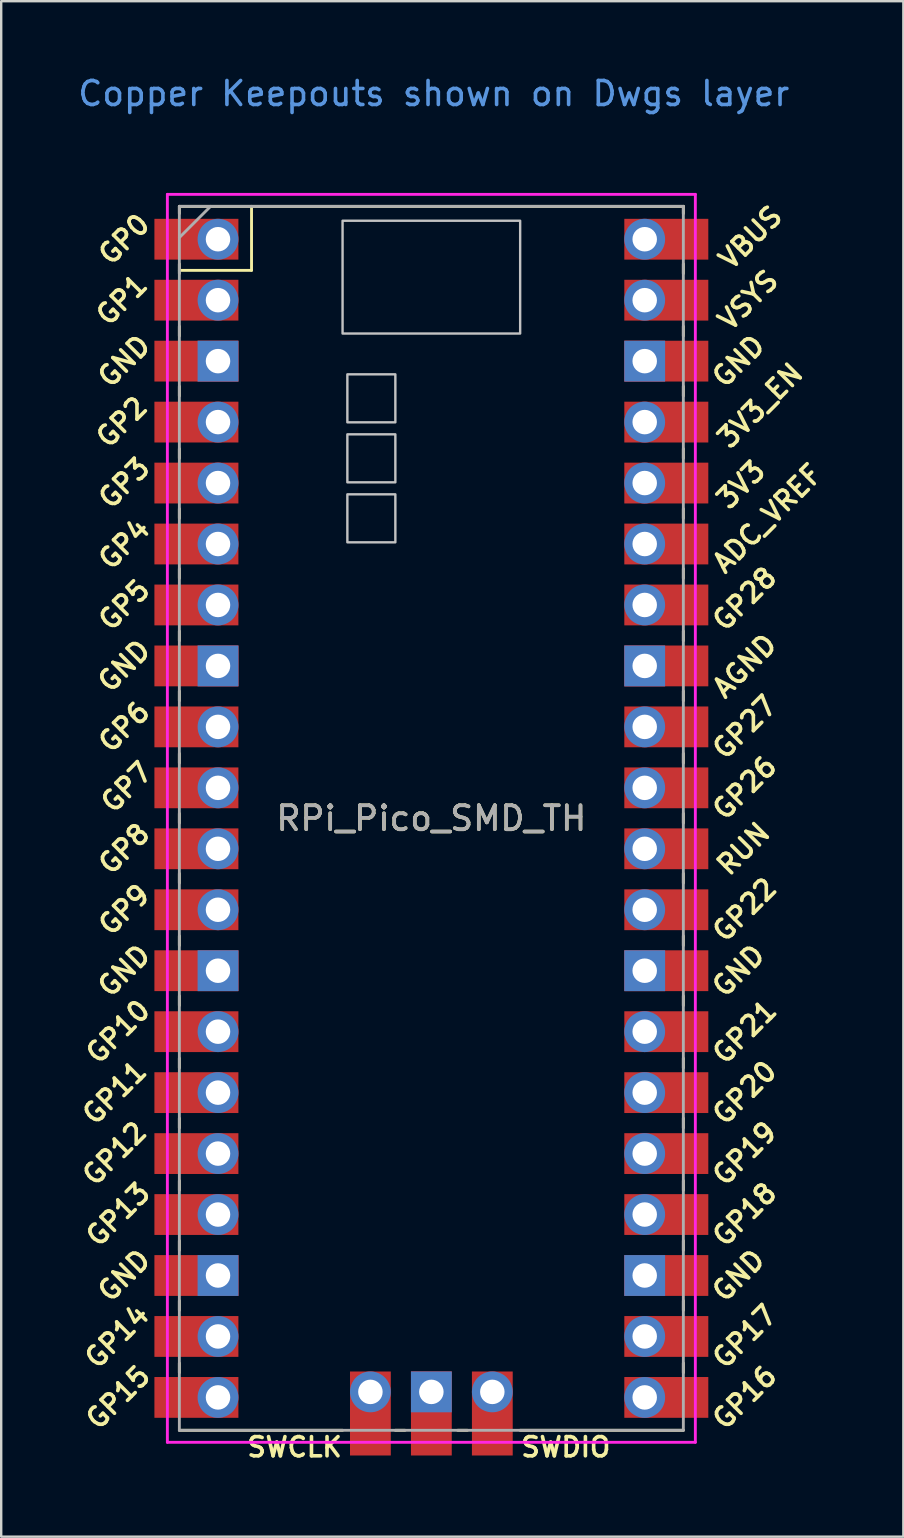
<source format=kicad_pcb>
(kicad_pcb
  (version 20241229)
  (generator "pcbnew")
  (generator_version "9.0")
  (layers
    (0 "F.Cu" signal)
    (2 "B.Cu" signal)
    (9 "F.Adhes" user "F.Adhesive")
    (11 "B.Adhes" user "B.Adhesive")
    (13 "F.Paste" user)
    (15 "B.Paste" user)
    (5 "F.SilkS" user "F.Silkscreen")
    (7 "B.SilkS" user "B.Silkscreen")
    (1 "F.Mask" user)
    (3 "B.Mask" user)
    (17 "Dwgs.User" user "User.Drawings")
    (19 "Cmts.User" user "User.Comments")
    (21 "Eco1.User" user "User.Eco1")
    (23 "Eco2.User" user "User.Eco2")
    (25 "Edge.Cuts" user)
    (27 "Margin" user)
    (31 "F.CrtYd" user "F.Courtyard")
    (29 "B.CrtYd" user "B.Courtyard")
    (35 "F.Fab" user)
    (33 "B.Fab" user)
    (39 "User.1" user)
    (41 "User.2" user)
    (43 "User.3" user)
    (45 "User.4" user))
  (footprint "RPi_Pico_SMD_TH"
    (layer "F.Cu")
    (at 14.924 31.048)
    (property "Reference" "RPi_Pico_SMD_TH" (at 0 0 0) (layer "F.SilkS") (effects (font (size 1 1) (thickness 0.15))))
    (attr through_hole)
    (fp_line (start -10.5 -25.5) (end -10.5 -25.2) (stroke (width 0.12) (type solid)) (layer "F.SilkS"))
    (fp_line (start -10.5 -25.5) (end 10.5 -25.5) (stroke (width 0.12) (type solid)) (layer "F.SilkS"))
    (fp_line (start -10.5 -23.1) (end -10.5 -22.7) (stroke (width 0.12) (type solid)) (layer "F.SilkS"))
    (fp_line (start -10.5 -22.833) (end -7.493 -22.833) (stroke (width 0.12) (type solid)) (layer "F.SilkS"))
    (fp_line (start -10.5 -20.5) (end -10.5 -20.1) (stroke (width 0.12) (type solid)) (layer "F.SilkS"))
    (fp_line (start -10.5 -18) (end -10.5 -17.6) (stroke (width 0.12) (type solid)) (layer "F.SilkS"))
    (fp_line (start -10.5 -15.4) (end -10.5 -15) (stroke (width 0.12) (type solid)) (layer "F.SilkS"))
    (fp_line (start -10.5 -12.9) (end -10.5 -12.5) (stroke (width 0.12) (type solid)) (layer "F.SilkS"))
    (fp_line (start -10.5 -10.4) (end -10.5 -10) (stroke (width 0.12) (type solid)) (layer "F.SilkS"))
    (fp_line (start -10.5 -7.8) (end -10.5 -7.4) (stroke (width 0.12) (type solid)) (layer "F.SilkS"))
    (fp_line (start -10.5 -5.3) (end -10.5 -4.9) (stroke (width 0.12) (type solid)) (layer "F.SilkS"))
    (fp_line (start -10.5 -2.7) (end -10.5 -2.3) (stroke (width 0.12) (type solid)) (layer "F.SilkS"))
    (fp_line (start -10.5 -0.2) (end -10.5 0.2) (stroke (width 0.12) (type solid)) (layer "F.SilkS"))
    (fp_line (start -10.5 2.3) (end -10.5 2.7) (stroke (width 0.12) (type solid)) (layer "F.SilkS"))
    (fp_line (start -10.5 4.9) (end -10.5 5.3) (stroke (width 0.12) (type solid)) (layer "F.SilkS"))
    (fp_line (start -10.5 7.4) (end -10.5 7.8) (stroke (width 0.12) (type solid)) (layer "F.SilkS"))
    (fp_line (start -10.5 10) (end -10.5 10.4) (stroke (width 0.12) (type solid)) (layer "F.SilkS"))
    (fp_line (start -10.5 12.5) (end -10.5 12.9) (stroke (width 0.12) (type solid)) (layer "F.SilkS"))
    (fp_line (start -10.5 15.1) (end -10.5 15.5) (stroke (width 0.12) (type solid)) (layer "F.SilkS"))
    (fp_line (start -10.5 17.6) (end -10.5 18) (stroke (width 0.12) (type solid)) (layer "F.SilkS"))
    (fp_line (start -10.5 20.1) (end -10.5 20.5) (stroke (width 0.12) (type solid)) (layer "F.SilkS"))
    (fp_line (start -10.5 22.7) (end -10.5 23.1) (stroke (width 0.12) (type solid)) (layer "F.SilkS"))
    (fp_line (start -7.493 -22.833) (end -7.493 -25.5) (stroke (width 0.12) (type solid)) (layer "F.SilkS"))
    (fp_line (start -3.7 25.5) (end -10.5 25.5) (stroke (width 0.12) (type solid)) (layer "F.SilkS"))
    (fp_line (start -1.5 25.5) (end -1.1 25.5) (stroke (width 0.12) (type solid)) (layer "F.SilkS"))
    (fp_line (start 1.1 25.5) (end 1.5 25.5) (stroke (width 0.12) (type solid)) (layer "F.SilkS"))
    (fp_line (start 10.5 -25.5) (end 10.5 -25.2) (stroke (width 0.12) (type solid)) (layer "F.SilkS"))
    (fp_line (start 10.5 -23.1) (end 10.5 -22.7) (stroke (width 0.12) (type solid)) (layer "F.SilkS"))
    (fp_line (start 10.5 -20.5) (end 10.5 -20.1) (stroke (width 0.12) (type solid)) (layer "F.SilkS"))
    (fp_line (start 10.5 -18) (end 10.5 -17.6) (stroke (width 0.12) (type solid)) (layer "F.SilkS"))
    (fp_line (start 10.5 -15.4) (end 10.5 -15) (stroke (width 0.12) (type solid)) (layer "F.SilkS"))
    (fp_line (start 10.5 -12.9) (end 10.5 -12.5) (stroke (width 0.12) (type solid)) (layer "F.SilkS"))
    (fp_line (start 10.5 -10.4) (end 10.5 -10) (stroke (width 0.12) (type solid)) (layer "F.SilkS"))
    (fp_line (start 10.5 -7.8) (end 10.5 -7.4) (stroke (width 0.12) (type solid)) (layer "F.SilkS"))
    (fp_line (start 10.5 -5.3) (end 10.5 -4.9) (stroke (width 0.12) (type solid)) (layer "F.SilkS"))
    (fp_line (start 10.5 -2.7) (end 10.5 -2.3) (stroke (width 0.12) (type solid)) (layer "F.SilkS"))
    (fp_line (start 10.5 -0.2) (end 10.5 0.2) (stroke (width 0.12) (type solid)) (layer "F.SilkS"))
    (fp_line (start 10.5 2.3) (end 10.5 2.7) (stroke (width 0.12) (type solid)) (layer "F.SilkS"))
    (fp_line (start 10.5 4.9) (end 10.5 5.3) (stroke (width 0.12) (type solid)) (layer "F.SilkS"))
    (fp_line (start 10.5 7.4) (end 10.5 7.8) (stroke (width 0.12) (type solid)) (layer "F.SilkS"))
    (fp_line (start 10.5 10) (end 10.5 10.4) (stroke (width 0.12) (type solid)) (layer "F.SilkS"))
    (fp_line (start 10.5 12.5) (end 10.5 12.9) (stroke (width 0.12) (type solid)) (layer "F.SilkS"))
    (fp_line (start 10.5 15.1) (end 10.5 15.5) (stroke (width 0.12) (type solid)) (layer "F.SilkS"))
    (fp_line (start 10.5 17.6) (end 10.5 18) (stroke (width 0.12) (type solid)) (layer "F.SilkS"))
    (fp_line (start 10.5 20.1) (end 10.5 20.5) (stroke (width 0.12) (type solid)) (layer "F.SilkS"))
    (fp_line (start 10.5 22.7) (end 10.5 23.1) (stroke (width 0.12) (type solid)) (layer "F.SilkS"))
    (fp_line (start 10.5 25.5) (end 3.7 25.5) (stroke (width 0.12) (type solid)) (layer "F.SilkS"))
    (fp_poly (pts (xy -1.5 -16.5) (xy -3.5 -16.5) (xy -3.5 -18.5) (xy -1.5 -18.5)) (stroke (width 0.1) (type solid)) (fill no) (layer "Dwgs.User"))
    (fp_poly (pts (xy -1.5 -14) (xy -3.5 -14) (xy -3.5 -16) (xy -1.5 -16)) (stroke (width 0.1) (type solid)) (fill no) (layer "Dwgs.User"))
    (fp_poly (pts (xy -1.5 -11.5) (xy -3.5 -11.5) (xy -3.5 -13.5) (xy -1.5 -13.5)) (stroke (width 0.1) (type solid)) (fill no) (layer "Dwgs.User"))
    (fp_poly (pts (xy 3.7 -20.2) (xy -3.7 -20.2) (xy -3.7 -24.9) (xy 3.7 -24.9)) (stroke (width 0.1) (type solid)) (fill no) (layer "Dwgs.User"))
    (fp_line (start -11 -26) (end 11 -26) (stroke (width 0.12) (type solid)) (layer "F.CrtYd"))
    (fp_line (start -11 26) (end -11 -26) (stroke (width 0.12) (type solid)) (layer "F.CrtYd"))
    (fp_line (start 11 -26) (end 11 26) (stroke (width 0.12) (type solid)) (layer "F.CrtYd"))
    (fp_line (start 11 26) (end -11 26) (stroke (width 0.12) (type solid)) (layer "F.CrtYd"))
    (fp_line (start -10.5 -25.5) (end 10.5 -25.5) (stroke (width 0.12) (type solid)) (layer "F.Fab"))
    (fp_line (start -10.5 -24.2) (end -9.2 -25.5) (stroke (width 0.12) (type solid)) (layer "F.Fab"))
    (fp_line (start -10.5 25.5) (end -10.5 -25.5) (stroke (width 0.12) (type solid)) (layer "F.Fab"))
    (fp_line (start 10.5 -25.5) (end 10.5 25.5) (stroke (width 0.12) (type solid)) (layer "F.Fab"))
    (fp_line (start 10.5 25.5) (end -10.5 25.5) (stroke (width 0.12) (type solid)) (layer "F.Fab"))
    (fp_text user "GND" (at -12.8 6.35 45) (layer "F.SilkS") (effects (font (size 0.8 0.8) (thickness 0.15))))
    (fp_text user "GP6" (at -12.8 -3.81 45) (layer "F.SilkS") (effects (font (size 0.8 0.8) (thickness 0.15))))
    (fp_text user "GP13" (at -13.054 16.51 45) (layer "F.SilkS") (effects (font (size 0.8 0.8) (thickness 0.15))))
    (fp_text user "3V3_EN" (at 13.7 -17.2 45) (layer "F.SilkS") (effects (font (size 0.8 0.8) (thickness 0.15))))
    (fp_text user "GP19" (at 13.054 13.97 45) (layer "F.SilkS") (effects (font (size 0.8 0.8) (thickness 0.15))))
    (fp_text user "GP9" (at -12.8 3.81 45) (layer "F.SilkS") (effects (font (size 0.8 0.8) (thickness 0.15))))
    (fp_text user "GP10" (at -13.054 8.89 45) (layer "F.SilkS") (effects (font (size 0.8 0.8) (thickness 0.15))))
    (fp_text user "3V3" (at 12.9 -13.9 45) (layer "F.SilkS") (effects (font (size 0.8 0.8) (thickness 0.15))))
    (fp_text user "GP26" (at 13.054 -1.27 45) (layer "F.SilkS") (effects (font (size 0.8 0.8) (thickness 0.15))))
    (fp_text user "SWDIO" (at 5.6 26.2 0) (layer "F.SilkS") (effects (font (size 0.8 0.8) (thickness 0.15))))
    (fp_text user "GP3" (at -12.8 -13.97 45) (layer "F.SilkS") (effects (font (size 0.8 0.8) (thickness 0.15))))
    (fp_text user "GP7" (at -12.7 -1.3 45) (layer "F.SilkS") (effects (font (size 0.8 0.8) (thickness 0.15))))
    (fp_text user "SWCLK" (at -5.7 26.2 0) (layer "F.SilkS") (effects (font (size 0.8 0.8) (thickness 0.15))))
    (fp_text user "GP8" (at -12.8 1.27 45) (layer "F.SilkS") (effects (font (size 0.8 0.8) (thickness 0.15))))
    (fp_text user "GP22" (at 13.054 3.81 45) (layer "F.SilkS") (effects (font (size 0.8 0.8) (thickness 0.15))))
    (fp_text user "GP17" (at 13.054 21.59 45) (layer "F.SilkS") (effects (font (size 0.8 0.8) (thickness 0.15))))
    (fp_text user "GP28" (at 13.054 -9.144 45) (layer "F.SilkS") (effects (font (size 0.8 0.8) (thickness 0.15))))
    (fp_text user "GP0" (at -12.8 -24.13 45) (layer "F.SilkS") (effects (font (size 0.8 0.8) (thickness 0.15))))
    (fp_text user "VBUS" (at 13.3 -24.2 45) (layer "F.SilkS") (effects (font (size 0.8 0.8) (thickness 0.15))))
    (fp_text user "GND" (at 12.8 6.35 45) (layer "F.SilkS") (effects (font (size 0.8 0.8) (thickness 0.15))))
    (fp_text user "GP21" (at 13.054 8.9 45) (layer "F.SilkS") (effects (font (size 0.8 0.8) (thickness 0.15))))
    (fp_text user "GP5" (at -12.8 -8.89 45) (layer "F.SilkS") (effects (font (size 0.8 0.8) (thickness 0.15))))
    (fp_text user "GP12" (at -13.2 13.97 45) (layer "F.SilkS") (effects (font (size 0.8 0.8) (thickness 0.15))))
    (fp_text user "ADC_VREF" (at 14 -12.5 45) (layer "F.SilkS") (effects (font (size 0.8 0.8) (thickness 0.15))))
    (fp_text user "RUN" (at 13 1.27 45) (layer "F.SilkS") (effects (font (size 0.8 0.8) (thickness 0.15))))
    (fp_text user "VSYS" (at 13.2 -21.59 45) (layer "F.SilkS") (effects (font (size 0.8 0.8) (thickness 0.15))))
    (fp_text user "GND" (at 12.8 19.05 45) (layer "F.SilkS") (effects (font (size 0.8 0.8) (thickness 0.15))))
    (fp_text user "GND" (at -12.8 19.05 45) (layer "F.SilkS") (effects (font (size 0.8 0.8) (thickness 0.15))))
    (fp_text user "GND" (at -12.8 -6.35 45) (layer "F.SilkS") (effects (font (size 0.8 0.8) (thickness 0.15))))
    (fp_text user "GP4" (at -12.8 -11.43 45) (layer "F.SilkS") (effects (font (size 0.8 0.8) (thickness 0.15))))
    (fp_text user "GP2" (at -12.9 -16.51 45) (layer "F.SilkS") (effects (font (size 0.8 0.8) (thickness 0.15))))
    (fp_text user "AGND" (at 13.054 -6.35 45) (layer "F.SilkS") (effects (font (size 0.8 0.8) (thickness 0.15))))
    (fp_text user "GP1" (at -12.9 -21.6 45) (layer "F.SilkS") (effects (font (size 0.8 0.8) (thickness 0.15))))
    (fp_text user "GP16" (at 13.054 24.13 45) (layer "F.SilkS") (effects (font (size 0.8 0.8) (thickness 0.15))))
    (fp_text user "GP15" (at -13.054 24.13 45) (layer "F.SilkS") (effects (font (size 0.8 0.8) (thickness 0.15))))
    (fp_text user "GND" (at -12.8 -19.05 45) (layer "F.SilkS") (effects (font (size 0.8 0.8) (thickness 0.15))))
    (fp_text user "GP14" (at -13.1 21.59 45) (layer "F.SilkS") (effects (font (size 0.8 0.8) (thickness 0.15))))
    (fp_text user "GND" (at 12.8 -19.05 45) (layer "F.SilkS") (effects (font (size 0.8 0.8) (thickness 0.15))))
    (fp_text user "GP20" (at 13.054 11.43 45) (layer "F.SilkS") (effects (font (size 0.8 0.8) (thickness 0.15))))
    (fp_text user "GP27" (at 13.054 -3.8 45) (layer "F.SilkS") (effects (font (size 0.8 0.8) (thickness 0.15))))
    (fp_text user "GP11" (at -13.2 11.43 45) (layer "F.SilkS") (effects (font (size 0.8 0.8) (thickness 0.15))))
    (fp_text user "GP18" (at 13.054 16.51 45) (layer "F.SilkS") (effects (font (size 0.8 0.8) (thickness 0.15))))
    (fp_text user "Copper Keepouts shown on Dwgs layer" (at 0.1 -30.2 0) (layer "Cmts.User") (effects (font (size 1 1) (thickness 0.15))))
    (fp_text user "${REFERENCE}" (at 0 0 180) (layer "F.Fab") (effects (font (size 1 1) (thickness 0.15))))
    (pad "1" thru_hole oval (at -8.89 -24.13) (size 1.7 1.7) (drill 1.02) (layers "*.Cu" "*.Mask"))
    (pad "1" smd rect (at -8.89 -24.13) (size 3.5 1.7) (drill (offset -0.9 0)) (layers "F.Cu" "F.Mask"))
    (pad "2" thru_hole oval (at -8.89 -21.59) (size 1.7 1.7) (drill 1.02) (layers "*.Cu" "*.Mask"))
    (pad "2" smd rect (at -8.89 -21.59) (size 3.5 1.7) (drill (offset -0.9 0)) (layers "F.Cu" "F.Mask"))
    (pad "3" thru_hole rect (at -8.89 -19.05) (size 1.7 1.7) (drill 1.02) (layers "*.Cu" "*.Mask"))
    (pad "3" smd rect (at -8.89 -19.05) (size 3.5 1.7) (drill (offset -0.9 0)) (layers "F.Cu" "F.Mask"))
    (pad "4" thru_hole oval (at -8.89 -16.51) (size 1.7 1.7) (drill 1.02) (layers "*.Cu" "*.Mask"))
    (pad "4" smd rect (at -8.89 -16.51) (size 3.5 1.7) (drill (offset -0.9 0)) (layers "F.Cu" "F.Mask"))
    (pad "5" thru_hole oval (at -8.89 -13.97) (size 1.7 1.7) (drill 1.02) (layers "*.Cu" "*.Mask"))
    (pad "5" smd rect (at -8.89 -13.97) (size 3.5 1.7) (drill (offset -0.9 0)) (layers "F.Cu" "F.Mask"))
    (pad "6" thru_hole oval (at -8.89 -11.43) (size 1.7 1.7) (drill 1.02) (layers "*.Cu" "*.Mask"))
    (pad "6" smd rect (at -8.89 -11.43) (size 3.5 1.7) (drill (offset -0.9 0)) (layers "F.Cu" "F.Mask"))
    (pad "7" thru_hole oval (at -8.89 -8.89) (size 1.7 1.7) (drill 1.02) (layers "*.Cu" "*.Mask"))
    (pad "7" smd rect (at -8.89 -8.89) (size 3.5 1.7) (drill (offset -0.9 0)) (layers "F.Cu" "F.Mask"))
    (pad "8" thru_hole rect (at -8.89 -6.35) (size 1.7 1.7) (drill 1.02) (layers "*.Cu" "*.Mask"))
    (pad "8" smd rect (at -8.89 -6.35) (size 3.5 1.7) (drill (offset -0.9 0)) (layers "F.Cu" "F.Mask"))
    (pad "9" thru_hole oval (at -8.89 -3.81) (size 1.7 1.7) (drill 1.02) (layers "*.Cu" "*.Mask"))
    (pad "9" smd rect (at -8.89 -3.81) (size 3.5 1.7) (drill (offset -0.9 0)) (layers "F.Cu" "F.Mask"))
    (pad "10" thru_hole oval (at -8.89 -1.27) (size 1.7 1.7) (drill 1.02) (layers "*.Cu" "*.Mask"))
    (pad "10" smd rect (at -8.89 -1.27) (size 3.5 1.7) (drill (offset -0.9 0)) (layers "F.Cu" "F.Mask"))
    (pad "11" thru_hole oval (at -8.89 1.27) (size 1.7 1.7) (drill 1.02) (layers "*.Cu" "*.Mask"))
    (pad "11" smd rect (at -8.89 1.27) (size 3.5 1.7) (drill (offset -0.9 0)) (layers "F.Cu" "F.Mask"))
    (pad "12" thru_hole oval (at -8.89 3.81) (size 1.7 1.7) (drill 1.02) (layers "*.Cu" "*.Mask"))
    (pad "12" smd rect (at -8.89 3.81) (size 3.5 1.7) (drill (offset -0.9 0)) (layers "F.Cu" "F.Mask"))
    (pad "13" thru_hole rect (at -8.89 6.35) (size 1.7 1.7) (drill 1.02) (layers "*.Cu" "*.Mask"))
    (pad "13" smd rect (at -8.89 6.35) (size 3.5 1.7) (drill (offset -0.9 0)) (layers "F.Cu" "F.Mask"))
    (pad "14" thru_hole oval (at -8.89 8.89) (size 1.7 1.7) (drill 1.02) (layers "*.Cu" "*.Mask"))
    (pad "14" smd rect (at -8.89 8.89) (size 3.5 1.7) (drill (offset -0.9 0)) (layers "F.Cu" "F.Mask"))
    (pad "15" thru_hole oval (at -8.89 11.43) (size 1.7 1.7) (drill 1.02) (layers "*.Cu" "*.Mask"))
    (pad "15" smd rect (at -8.89 11.43) (size 3.5 1.7) (drill (offset -0.9 0)) (layers "F.Cu" "F.Mask"))
    (pad "16" thru_hole oval (at -8.89 13.97) (size 1.7 1.7) (drill 1.02) (layers "*.Cu" "*.Mask"))
    (pad "16" smd rect (at -8.89 13.97) (size 3.5 1.7) (drill (offset -0.9 0)) (layers "F.Cu" "F.Mask"))
    (pad "17" thru_hole oval (at -8.89 16.51) (size 1.7 1.7) (drill 1.02) (layers "*.Cu" "*.Mask"))
    (pad "17" smd rect (at -8.89 16.51) (size 3.5 1.7) (drill (offset -0.9 0)) (layers "F.Cu" "F.Mask"))
    (pad "18" thru_hole rect (at -8.89 19.05) (size 1.7 1.7) (drill 1.02) (layers "*.Cu" "*.Mask"))
    (pad "18" smd rect (at -8.89 19.05) (size 3.5 1.7) (drill (offset -0.9 0)) (layers "F.Cu" "F.Mask"))
    (pad "19" thru_hole oval (at -8.89 21.59) (size 1.7 1.7) (drill 1.02) (layers "*.Cu" "*.Mask"))
    (pad "19" smd rect (at -8.89 21.59) (size 3.5 1.7) (drill (offset -0.9 0)) (layers "F.Cu" "F.Mask"))
    (pad "20" thru_hole oval (at -8.89 24.13) (size 1.7 1.7) (drill 1.02) (layers "*.Cu" "*.Mask"))
    (pad "20" smd rect (at -8.89 24.13) (size 3.5 1.7) (drill (offset -0.9 0)) (layers "F.Cu" "F.Mask"))
    (pad "21" thru_hole oval (at 8.89 24.13) (size 1.7 1.7) (drill 1.02) (layers "*.Cu" "*.Mask"))
    (pad "21" smd rect (at 8.89 24.13) (size 3.5 1.7) (drill (offset 0.9 0)) (layers "F.Cu" "F.Mask"))
    (pad "22" thru_hole oval (at 8.89 21.59) (size 1.7 1.7) (drill 1.02) (layers "*.Cu" "*.Mask"))
    (pad "22" smd rect (at 8.89 21.59) (size 3.5 1.7) (drill (offset 0.9 0)) (layers "F.Cu" "F.Mask"))
    (pad "23" thru_hole rect (at 8.89 19.05) (size 1.7 1.7) (drill 1.02) (layers "*.Cu" "*.Mask"))
    (pad "23" smd rect (at 8.89 19.05) (size 3.5 1.7) (drill (offset 0.9 0)) (layers "F.Cu" "F.Mask"))
    (pad "24" thru_hole oval (at 8.89 16.51) (size 1.7 1.7) (drill 1.02) (layers "*.Cu" "*.Mask"))
    (pad "24" smd rect (at 8.89 16.51) (size 3.5 1.7) (drill (offset 0.9 0)) (layers "F.Cu" "F.Mask"))
    (pad "25" thru_hole oval (at 8.89 13.97) (size 1.7 1.7) (drill 1.02) (layers "*.Cu" "*.Mask"))
    (pad "25" smd rect (at 8.89 13.97) (size 3.5 1.7) (drill (offset 0.9 0)) (layers "F.Cu" "F.Mask"))
    (pad "26" thru_hole oval (at 8.89 11.43) (size 1.7 1.7) (drill 1.02) (layers "*.Cu" "*.Mask"))
    (pad "26" smd rect (at 8.89 11.43) (size 3.5 1.7) (drill (offset 0.9 0)) (layers "F.Cu" "F.Mask"))
    (pad "27" thru_hole oval (at 8.89 8.89) (size 1.7 1.7) (drill 1.02) (layers "*.Cu" "*.Mask"))
    (pad "27" smd rect (at 8.89 8.89) (size 3.5 1.7) (drill (offset 0.9 0)) (layers "F.Cu" "F.Mask"))
    (pad "28" thru_hole rect (at 8.89 6.35) (size 1.7 1.7) (drill 1.02) (layers "*.Cu" "*.Mask"))
    (pad "28" smd rect (at 8.89 6.35) (size 3.5 1.7) (drill (offset 0.9 0)) (layers "F.Cu" "F.Mask"))
    (pad "29" thru_hole oval (at 8.89 3.81) (size 1.7 1.7) (drill 1.02) (layers "*.Cu" "*.Mask"))
    (pad "29" smd rect (at 8.89 3.81) (size 3.5 1.7) (drill (offset 0.9 0)) (layers "F.Cu" "F.Mask"))
    (pad "30" thru_hole oval (at 8.89 1.27) (size 1.7 1.7) (drill 1.02) (layers "*.Cu" "*.Mask"))
    (pad "30" smd rect (at 8.89 1.27) (size 3.5 1.7) (drill (offset 0.9 0)) (layers "F.Cu" "F.Mask"))
    (pad "31" thru_hole oval (at 8.89 -1.27) (size 1.7 1.7) (drill 1.02) (layers "*.Cu" "*.Mask"))
    (pad "31" smd rect (at 8.89 -1.27) (size 3.5 1.7) (drill (offset 0.9 0)) (layers "F.Cu" "F.Mask"))
    (pad "32" thru_hole oval (at 8.89 -3.81) (size 1.7 1.7) (drill 1.02) (layers "*.Cu" "*.Mask"))
    (pad "32" smd rect (at 8.89 -3.81) (size 3.5 1.7) (drill (offset 0.9 0)) (layers "F.Cu" "F.Mask"))
    (pad "33" thru_hole rect (at 8.89 -6.35) (size 1.7 1.7) (drill 1.02) (layers "*.Cu" "*.Mask"))
    (pad "33" smd rect (at 8.89 -6.35) (size 3.5 1.7) (drill (offset 0.9 0)) (layers "F.Cu" "F.Mask"))
    (pad "34" thru_hole oval (at 8.89 -8.89) (size 1.7 1.7) (drill 1.02) (layers "*.Cu" "*.Mask"))
    (pad "34" smd rect (at 8.89 -8.89) (size 3.5 1.7) (drill (offset 0.9 0)) (layers "F.Cu" "F.Mask"))
    (pad "35" thru_hole oval (at 8.89 -11.43) (size 1.7 1.7) (drill 1.02) (layers "*.Cu" "*.Mask"))
    (pad "35" smd rect (at 8.89 -11.43) (size 3.5 1.7) (drill (offset 0.9 0)) (layers "F.Cu" "F.Mask"))
    (pad "36" thru_hole oval (at 8.89 -13.97) (size 1.7 1.7) (drill 1.02) (layers "*.Cu" "*.Mask"))
    (pad "36" smd rect (at 8.89 -13.97) (size 3.5 1.7) (drill (offset 0.9 0)) (layers "F.Cu" "F.Mask"))
    (pad "37" thru_hole oval (at 8.89 -16.51) (size 1.7 1.7) (drill 1.02) (layers "*.Cu" "*.Mask"))
    (pad "37" smd rect (at 8.89 -16.51) (size 3.5 1.7) (drill (offset 0.9 0)) (layers "F.Cu" "F.Mask"))
    (pad "38" thru_hole rect (at 8.89 -19.05) (size 1.7 1.7) (drill 1.02) (layers "*.Cu" "*.Mask"))
    (pad "38" smd rect (at 8.89 -19.05) (size 3.5 1.7) (drill (offset 0.9 0)) (layers "F.Cu" "F.Mask"))
    (pad "39" thru_hole oval (at 8.89 -21.59) (size 1.7 1.7) (drill 1.02) (layers "*.Cu" "*.Mask"))
    (pad "39" smd rect (at 8.89 -21.59) (size 3.5 1.7) (drill (offset 0.9 0)) (layers "F.Cu" "F.Mask"))
    (pad "40" thru_hole oval (at 8.89 -24.13) (size 1.7 1.7) (drill 1.02) (layers "*.Cu" "*.Mask"))
    (pad "40" smd rect (at 8.89 -24.13) (size 3.5 1.7) (drill (offset 0.9 0)) (layers "F.Cu" "F.Mask"))
    (pad "41" thru_hole oval (at -2.54 23.9) (size 1.7 1.7) (drill 1.02) (layers "*.Cu" "*.Mask"))
    (pad "41" smd rect (at -2.54 23.9 90) (size 3.5 1.7) (drill (offset -0.9 0)) (layers "F.Cu" "F.Mask"))
    (pad "42" thru_hole rect (at 0 23.9) (size 1.7 1.7) (drill 1.02) (layers "*.Cu" "*.Mask"))
    (pad "42" smd rect (at 0 23.9 90) (size 3.5 1.7) (drill (offset -0.9 0)) (layers "F.Cu" "F.Mask"))
    (pad "43" thru_hole oval (at 2.54 23.9) (size 1.7 1.7) (drill 1.02) (layers "*.Cu" "*.Mask"))
    (pad "43" smd rect (at 2.54 23.9 90) (size 3.5 1.7) (drill (offset -0.9 0)) (layers "F.Cu" "F.Mask")))
  (gr_rect
    (start -3 -3)
    (end 34.591 60.98)
    (stroke (width 0.1) (type default))
    (fill no)
    (layer "Edge.Cuts")))
</source>
